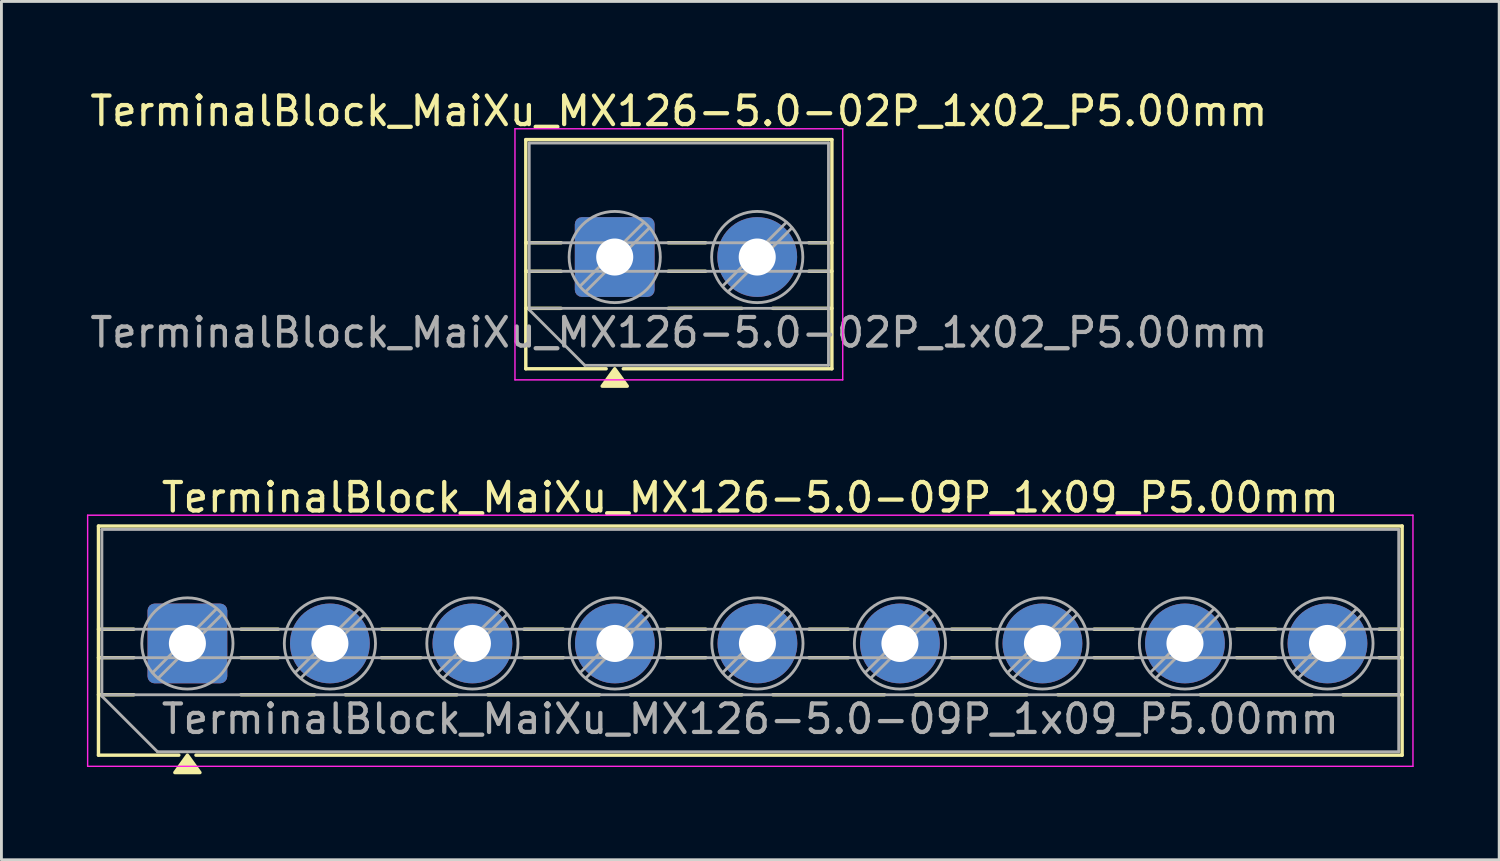
<source format=kicad_pcb>
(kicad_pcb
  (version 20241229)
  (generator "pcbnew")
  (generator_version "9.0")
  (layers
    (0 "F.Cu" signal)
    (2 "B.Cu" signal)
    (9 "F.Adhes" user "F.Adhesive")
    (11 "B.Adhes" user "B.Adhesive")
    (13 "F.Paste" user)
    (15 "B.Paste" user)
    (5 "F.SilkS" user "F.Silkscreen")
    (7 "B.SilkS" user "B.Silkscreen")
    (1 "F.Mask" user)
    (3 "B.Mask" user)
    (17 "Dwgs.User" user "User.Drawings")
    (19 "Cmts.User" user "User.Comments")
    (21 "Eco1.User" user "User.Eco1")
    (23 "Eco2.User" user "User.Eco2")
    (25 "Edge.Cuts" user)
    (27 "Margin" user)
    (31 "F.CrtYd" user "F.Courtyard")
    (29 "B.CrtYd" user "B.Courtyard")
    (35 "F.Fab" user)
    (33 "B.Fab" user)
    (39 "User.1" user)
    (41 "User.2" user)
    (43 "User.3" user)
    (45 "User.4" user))
  (footprint "TerminalBlock_MaiXu_MX126-5.0-02P_1x02_P5.00mm"
    (layer "F.Cu")
    (at 18.518 5.968)
    (property "Reference" "TerminalBlock_MaiXu_MX126-5.0-02P_1x02_P5.00mm" (at 2.25 -5.12 0) (layer "F.SilkS") (effects (font (size 1 1) (thickness 0.15))))
    (attr through_hole)
    (fp_line (start -3.12 -4.12) (end 7.62 -4.12) (stroke (width 0.12) (type solid)) (layer "F.SilkS"))
    (fp_line (start -3.12 -0.5) (end -1.88 -0.5) (stroke (width 0.12) (type solid)) (layer "F.SilkS"))
    (fp_line (start -3.12 0.5) (end -1.88 0.5) (stroke (width 0.12) (type solid)) (layer "F.SilkS"))
    (fp_line (start -3.12 1.8) (end -1.88 1.8) (stroke (width 0.12) (type solid)) (layer "F.SilkS"))
    (fp_line (start -3.12 3.92) (end -3.12 -4.12) (stroke (width 0.12) (type solid)) (layer "F.SilkS"))
    (fp_line (start -0.3 3.92) (end -3.12 3.92) (stroke (width 0.12) (type solid)) (layer "F.SilkS"))
    (fp_line (start 1.88 -0.5) (end 3.188 -0.5) (stroke (width 0.12) (type solid)) (layer "F.SilkS"))
    (fp_line (start 1.88 0.5) (end 3.188 0.5) (stroke (width 0.12) (type solid)) (layer "F.SilkS"))
    (fp_line (start 1.88 1.8) (end 4.457 1.8) (stroke (width 0.12) (type solid)) (layer "F.SilkS"))
    (fp_line (start 5.543 1.8) (end 7.62 1.8) (stroke (width 0.12) (type solid)) (layer "F.SilkS"))
    (fp_line (start 6.812 -0.5) (end 7.62 -0.5) (stroke (width 0.12) (type solid)) (layer "F.SilkS"))
    (fp_line (start 6.812 0.5) (end 7.62 0.5) (stroke (width 0.12) (type solid)) (layer "F.SilkS"))
    (fp_line (start 7.62 -4.12) (end 7.62 3.92) (stroke (width 0.12) (type solid)) (layer "F.SilkS"))
    (fp_line (start 7.62 3.92) (end 0.3 3.92) (stroke (width 0.12) (type solid)) (layer "F.SilkS"))
    (fp_poly (pts (xy 0 3.92) (xy 0.44 4.53) (xy -0.44 4.53)) (stroke (width 0.12) (type solid)) (fill yes) (layer "F.SilkS"))
    (fp_line (start -3.5 -4.5) (end -3.5 4.31) (stroke (width 0.05) (type solid)) (layer "F.CrtYd"))
    (fp_line (start -3.5 4.31) (end 8 4.31) (stroke (width 0.05) (type solid)) (layer "F.CrtYd"))
    (fp_line (start 8 -4.5) (end -3.5 -4.5) (stroke (width 0.05) (type solid)) (layer "F.CrtYd"))
    (fp_line (start 8 4.31) (end 8 -4.5) (stroke (width 0.05) (type solid)) (layer "F.CrtYd"))
    (fp_line (start -3 -4) (end 7.5 -4) (stroke (width 0.1) (type solid)) (layer "F.Fab"))
    (fp_line (start -3 -0.5) (end 7.5 -0.5) (stroke (width 0.1) (type solid)) (layer "F.Fab"))
    (fp_line (start -3 0.5) (end 7.5 0.5) (stroke (width 0.1) (type solid)) (layer "F.Fab"))
    (fp_line (start -3 1.8) (end 7.5 1.8) (stroke (width 0.1) (type solid)) (layer "F.Fab"))
    (fp_line (start -3 1.85) (end -3 -4) (stroke (width 0.1) (type solid)) (layer "F.Fab"))
    (fp_line (start -1.05 3.8) (end -3 1.85) (stroke (width 0.1) (type solid)) (layer "F.Fab"))
    (fp_line (start 1.018 -1.213) (end -1.213 1.018) (stroke (width 0.1) (type solid)) (layer "F.Fab"))
    (fp_line (start 1.213 -1.018) (end -1.018 1.213) (stroke (width 0.1) (type solid)) (layer "F.Fab"))
    (fp_line (start 6.018 -1.213) (end 3.787 1.018) (stroke (width 0.1) (type solid)) (layer "F.Fab"))
    (fp_line (start 6.213 -1.018) (end 3.982 1.213) (stroke (width 0.1) (type solid)) (layer "F.Fab"))
    (fp_line (start 7.5 -4) (end 7.5 3.8) (stroke (width 0.1) (type solid)) (layer "F.Fab"))
    (fp_line (start 7.5 3.8) (end -1.05 3.8) (stroke (width 0.1) (type solid)) (layer "F.Fab"))
    (fp_circle (center 0 0) (end 1.6 0) (stroke (width 0.1) (type solid)) (fill no) (layer "F.Fab"))
    (fp_circle (center 5 0) (end 6.6 0) (stroke (width 0.1) (type solid)) (fill no) (layer "F.Fab"))
    (fp_text user "${REFERENCE}" (at 2.25 2.65 0) (layer "F.Fab") (effects (font (size 1 1) (thickness 0.15))))
    (pad "1" thru_hole roundrect (at 0 0) (size 2.8 2.8) (drill 1.3) (layers "*.Cu" "*.Mask") (roundrect_rratio 0.089))
    (pad "2" thru_hole circle (at 5 0) (size 2.8 2.8) (drill 1.3) (layers "*.Cu" "*.Mask")))
  (footprint "TerminalBlock_MaiXu_MX126-5.0-09P_1x09_P5.00mm"
    (layer "F.Cu")
    (at 3.525 19.526)
    (property "Reference" "TerminalBlock_MaiXu_MX126-5.0-09P_1x09_P5.00mm" (at 19.75 -5.12 0) (layer "F.SilkS") (effects (font (size 1 1) (thickness 0.15))))
    (attr through_hole)
    (fp_line (start -3.12 -4.12) (end 42.62 -4.12) (stroke (width 0.12) (type solid)) (layer "F.SilkS"))
    (fp_line (start -3.12 -0.5) (end -1.88 -0.5) (stroke (width 0.12) (type solid)) (layer "F.SilkS"))
    (fp_line (start -3.12 0.5) (end -1.88 0.5) (stroke (width 0.12) (type solid)) (layer "F.SilkS"))
    (fp_line (start -3.12 1.8) (end -1.88 1.8) (stroke (width 0.12) (type solid)) (layer "F.SilkS"))
    (fp_line (start -3.12 3.92) (end -3.12 -4.12) (stroke (width 0.12) (type solid)) (layer "F.SilkS"))
    (fp_line (start -0.3 3.92) (end -3.12 3.92) (stroke (width 0.12) (type solid)) (layer "F.SilkS"))
    (fp_line (start 1.88 -0.5) (end 3.188 -0.5) (stroke (width 0.12) (type solid)) (layer "F.SilkS"))
    (fp_line (start 1.88 0.5) (end 3.188 0.5) (stroke (width 0.12) (type solid)) (layer "F.SilkS"))
    (fp_line (start 1.88 1.8) (end 4.457 1.8) (stroke (width 0.12) (type solid)) (layer "F.SilkS"))
    (fp_line (start 5.543 1.8) (end 9.457 1.8) (stroke (width 0.12) (type solid)) (layer "F.SilkS"))
    (fp_line (start 6.812 -0.5) (end 8.188 -0.5) (stroke (width 0.12) (type solid)) (layer "F.SilkS"))
    (fp_line (start 6.812 0.5) (end 8.188 0.5) (stroke (width 0.12) (type solid)) (layer "F.SilkS"))
    (fp_line (start 10.543 1.8) (end 14.457 1.8) (stroke (width 0.12) (type solid)) (layer "F.SilkS"))
    (fp_line (start 11.812 -0.5) (end 13.188 -0.5) (stroke (width 0.12) (type solid)) (layer "F.SilkS"))
    (fp_line (start 11.812 0.5) (end 13.188 0.5) (stroke (width 0.12) (type solid)) (layer "F.SilkS"))
    (fp_line (start 15.543 1.8) (end 19.457 1.8) (stroke (width 0.12) (type solid)) (layer "F.SilkS"))
    (fp_line (start 16.812 -0.5) (end 18.188 -0.5) (stroke (width 0.12) (type solid)) (layer "F.SilkS"))
    (fp_line (start 16.812 0.5) (end 18.188 0.5) (stroke (width 0.12) (type solid)) (layer "F.SilkS"))
    (fp_line (start 20.543 1.8) (end 24.457 1.8) (stroke (width 0.12) (type solid)) (layer "F.SilkS"))
    (fp_line (start 21.812 -0.5) (end 23.188 -0.5) (stroke (width 0.12) (type solid)) (layer "F.SilkS"))
    (fp_line (start 21.812 0.5) (end 23.188 0.5) (stroke (width 0.12) (type solid)) (layer "F.SilkS"))
    (fp_line (start 25.543 1.8) (end 29.457 1.8) (stroke (width 0.12) (type solid)) (layer "F.SilkS"))
    (fp_line (start 26.812 -0.5) (end 28.188 -0.5) (stroke (width 0.12) (type solid)) (layer "F.SilkS"))
    (fp_line (start 26.812 0.5) (end 28.188 0.5) (stroke (width 0.12) (type solid)) (layer "F.SilkS"))
    (fp_line (start 30.543 1.8) (end 34.457 1.8) (stroke (width 0.12) (type solid)) (layer "F.SilkS"))
    (fp_line (start 31.812 -0.5) (end 33.188 -0.5) (stroke (width 0.12) (type solid)) (layer "F.SilkS"))
    (fp_line (start 31.812 0.5) (end 33.188 0.5) (stroke (width 0.12) (type solid)) (layer "F.SilkS"))
    (fp_line (start 35.543 1.8) (end 39.457 1.8) (stroke (width 0.12) (type solid)) (layer "F.SilkS"))
    (fp_line (start 36.812 -0.5) (end 38.188 -0.5) (stroke (width 0.12) (type solid)) (layer "F.SilkS"))
    (fp_line (start 36.812 0.5) (end 38.188 0.5) (stroke (width 0.12) (type solid)) (layer "F.SilkS"))
    (fp_line (start 40.543 1.8) (end 42.62 1.8) (stroke (width 0.12) (type solid)) (layer "F.SilkS"))
    (fp_line (start 41.812 -0.5) (end 42.62 -0.5) (stroke (width 0.12) (type solid)) (layer "F.SilkS"))
    (fp_line (start 41.812 0.5) (end 42.62 0.5) (stroke (width 0.12) (type solid)) (layer "F.SilkS"))
    (fp_line (start 42.62 -4.12) (end 42.62 3.92) (stroke (width 0.12) (type solid)) (layer "F.SilkS"))
    (fp_line (start 42.62 3.92) (end 0.3 3.92) (stroke (width 0.12) (type solid)) (layer "F.SilkS"))
    (fp_poly (pts (xy 0 3.92) (xy 0.44 4.53) (xy -0.44 4.53)) (stroke (width 0.12) (type solid)) (fill yes) (layer "F.SilkS"))
    (fp_line (start -3.5 -4.5) (end -3.5 4.31) (stroke (width 0.05) (type solid)) (layer "F.CrtYd"))
    (fp_line (start -3.5 4.31) (end 43 4.31) (stroke (width 0.05) (type solid)) (layer "F.CrtYd"))
    (fp_line (start 43 -4.5) (end -3.5 -4.5) (stroke (width 0.05) (type solid)) (layer "F.CrtYd"))
    (fp_line (start 43 4.31) (end 43 -4.5) (stroke (width 0.05) (type solid)) (layer "F.CrtYd"))
    (fp_line (start -3 -4) (end 42.5 -4) (stroke (width 0.1) (type solid)) (layer "F.Fab"))
    (fp_line (start -3 -0.5) (end 42.5 -0.5) (stroke (width 0.1) (type solid)) (layer "F.Fab"))
    (fp_line (start -3 0.5) (end 42.5 0.5) (stroke (width 0.1) (type solid)) (layer "F.Fab"))
    (fp_line (start -3 1.8) (end 42.5 1.8) (stroke (width 0.1) (type solid)) (layer "F.Fab"))
    (fp_line (start -3 1.85) (end -3 -4) (stroke (width 0.1) (type solid)) (layer "F.Fab"))
    (fp_line (start -1.05 3.8) (end -3 1.85) (stroke (width 0.1) (type solid)) (layer "F.Fab"))
    (fp_line (start 1.018 -1.213) (end -1.213 1.018) (stroke (width 0.1) (type solid)) (layer "F.Fab"))
    (fp_line (start 1.213 -1.018) (end -1.018 1.213) (stroke (width 0.1) (type solid)) (layer "F.Fab"))
    (fp_line (start 6.018 -1.213) (end 3.787 1.018) (stroke (width 0.1) (type solid)) (layer "F.Fab"))
    (fp_line (start 6.213 -1.018) (end 3.982 1.213) (stroke (width 0.1) (type solid)) (layer "F.Fab"))
    (fp_line (start 11.018 -1.213) (end 8.787 1.018) (stroke (width 0.1) (type solid)) (layer "F.Fab"))
    (fp_line (start 11.213 -1.018) (end 8.982 1.213) (stroke (width 0.1) (type solid)) (layer "F.Fab"))
    (fp_line (start 16.018 -1.213) (end 13.787 1.018) (stroke (width 0.1) (type solid)) (layer "F.Fab"))
    (fp_line (start 16.213 -1.018) (end 13.982 1.213) (stroke (width 0.1) (type solid)) (layer "F.Fab"))
    (fp_line (start 21.018 -1.213) (end 18.787 1.018) (stroke (width 0.1) (type solid)) (layer "F.Fab"))
    (fp_line (start 21.213 -1.018) (end 18.982 1.213) (stroke (width 0.1) (type solid)) (layer "F.Fab"))
    (fp_line (start 26.018 -1.213) (end 23.787 1.018) (stroke (width 0.1) (type solid)) (layer "F.Fab"))
    (fp_line (start 26.213 -1.018) (end 23.982 1.213) (stroke (width 0.1) (type solid)) (layer "F.Fab"))
    (fp_line (start 31.018 -1.213) (end 28.787 1.018) (stroke (width 0.1) (type solid)) (layer "F.Fab"))
    (fp_line (start 31.213 -1.018) (end 28.982 1.213) (stroke (width 0.1) (type solid)) (layer "F.Fab"))
    (fp_line (start 36.018 -1.213) (end 33.787 1.018) (stroke (width 0.1) (type solid)) (layer "F.Fab"))
    (fp_line (start 36.213 -1.018) (end 33.982 1.213) (stroke (width 0.1) (type solid)) (layer "F.Fab"))
    (fp_line (start 41.018 -1.213) (end 38.787 1.018) (stroke (width 0.1) (type solid)) (layer "F.Fab"))
    (fp_line (start 41.213 -1.018) (end 38.982 1.213) (stroke (width 0.1) (type solid)) (layer "F.Fab"))
    (fp_line (start 42.5 -4) (end 42.5 3.8) (stroke (width 0.1) (type solid)) (layer "F.Fab"))
    (fp_line (start 42.5 3.8) (end -1.05 3.8) (stroke (width 0.1) (type solid)) (layer "F.Fab"))
    (fp_circle (center 0 0) (end 1.6 0) (stroke (width 0.1) (type solid)) (fill no) (layer "F.Fab"))
    (fp_circle (center 5 0) (end 6.6 0) (stroke (width 0.1) (type solid)) (fill no) (layer "F.Fab"))
    (fp_circle (center 10 0) (end 11.6 0) (stroke (width 0.1) (type solid)) (fill no) (layer "F.Fab"))
    (fp_circle (center 15 0) (end 16.6 0) (stroke (width 0.1) (type solid)) (fill no) (layer "F.Fab"))
    (fp_circle (center 20 0) (end 21.6 0) (stroke (width 0.1) (type solid)) (fill no) (layer "F.Fab"))
    (fp_circle (center 25 0) (end 26.6 0) (stroke (width 0.1) (type solid)) (fill no) (layer "F.Fab"))
    (fp_circle (center 30 0) (end 31.6 0) (stroke (width 0.1) (type solid)) (fill no) (layer "F.Fab"))
    (fp_circle (center 35 0) (end 36.6 0) (stroke (width 0.1) (type solid)) (fill no) (layer "F.Fab"))
    (fp_circle (center 40 0) (end 41.6 0) (stroke (width 0.1) (type solid)) (fill no) (layer "F.Fab"))
    (fp_text user "${REFERENCE}" (at 19.75 2.65 0) (layer "F.Fab") (effects (font (size 1 1) (thickness 0.15))))
    (pad "1" thru_hole roundrect (at 0 0) (size 2.8 2.8) (drill 1.3) (layers "*.Cu" "*.Mask") (roundrect_rratio 0.089))
    (pad "2" thru_hole circle (at 5 0) (size 2.8 2.8) (drill 1.3) (layers "*.Cu" "*.Mask"))
    (pad "3" thru_hole circle (at 10 0) (size 2.8 2.8) (drill 1.3) (layers "*.Cu" "*.Mask"))
    (pad "4" thru_hole circle (at 15 0) (size 2.8 2.8) (drill 1.3) (layers "*.Cu" "*.Mask"))
    (pad "5" thru_hole circle (at 20 0) (size 2.8 2.8) (drill 1.3) (layers "*.Cu" "*.Mask"))
    (pad "6" thru_hole circle (at 25 0) (size 2.8 2.8) (drill 1.3) (layers "*.Cu" "*.Mask"))
    (pad "7" thru_hole circle (at 30 0) (size 2.8 2.8) (drill 1.3) (layers "*.Cu" "*.Mask"))
    (pad "8" thru_hole circle (at 35 0) (size 2.8 2.8) (drill 1.3) (layers "*.Cu" "*.Mask"))
    (pad "9" thru_hole circle (at 40 0) (size 2.8 2.8) (drill 1.3) (layers "*.Cu" "*.Mask")))
  (gr_rect
    (start -3 -3)
    (end 49.55 27.116)
    (stroke (width 0.1) (type default))
    (fill no)
    (layer "Edge.Cuts")))
</source>
